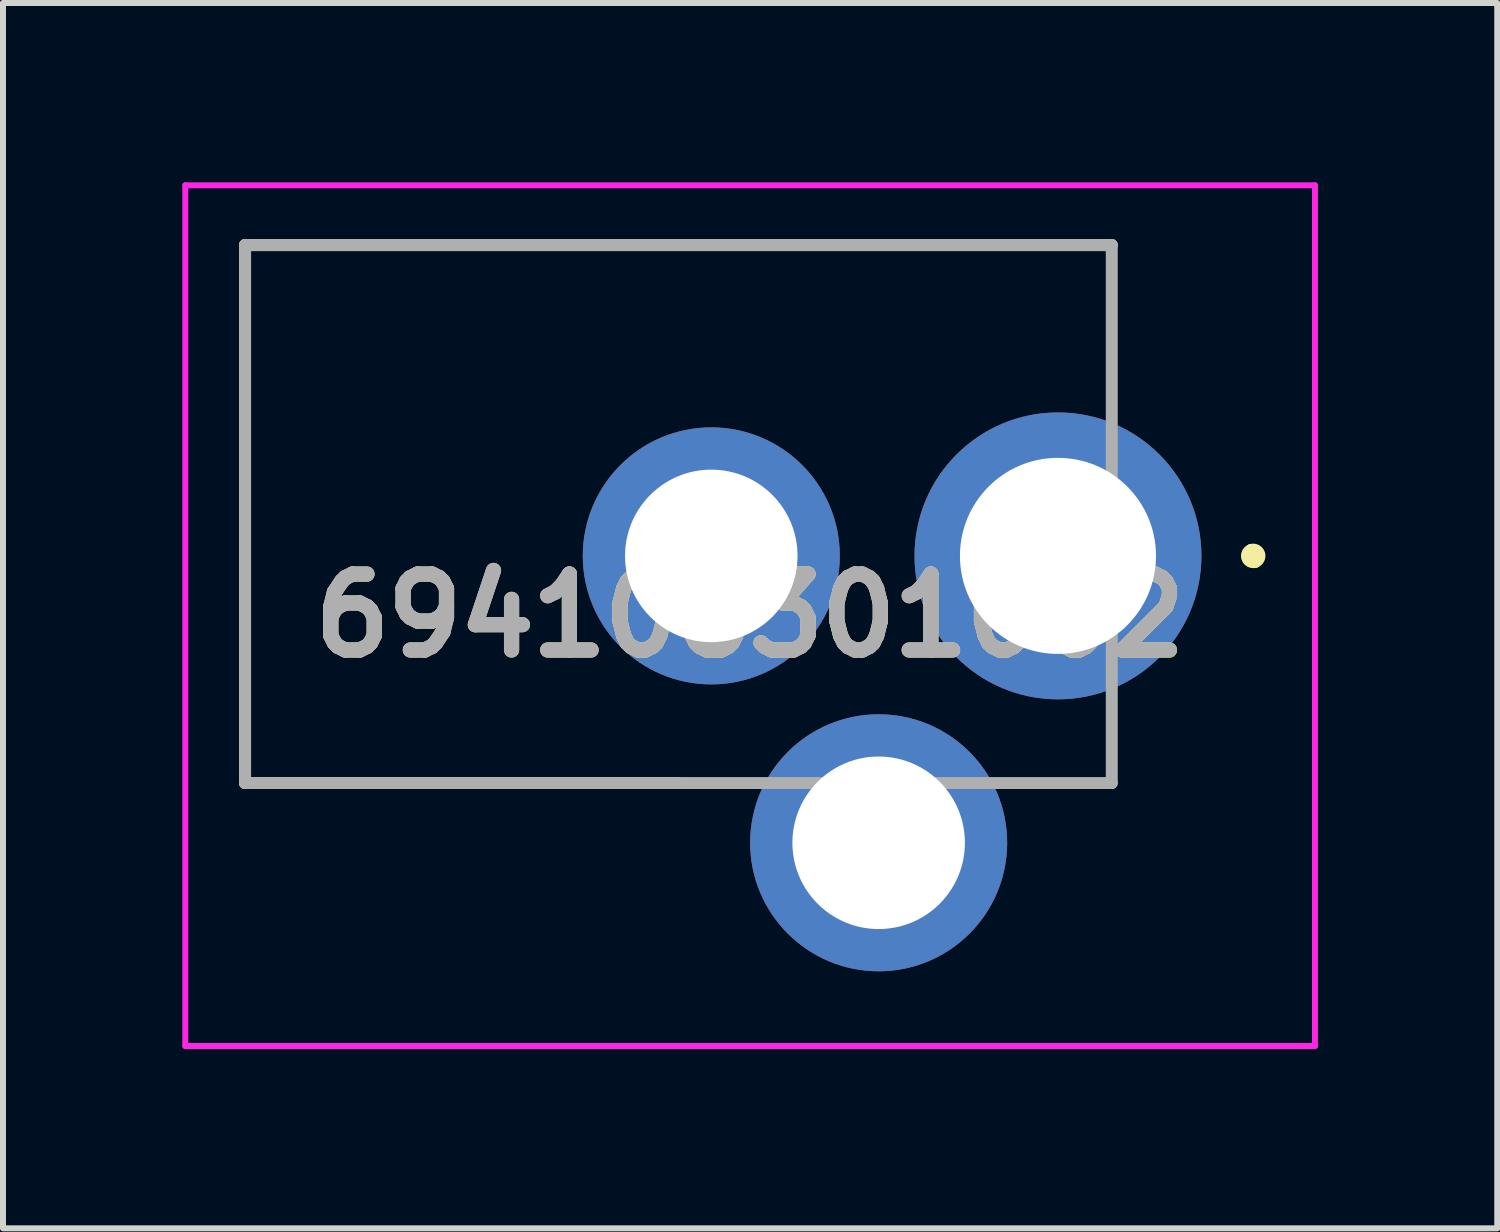
<source format=kicad_pcb>
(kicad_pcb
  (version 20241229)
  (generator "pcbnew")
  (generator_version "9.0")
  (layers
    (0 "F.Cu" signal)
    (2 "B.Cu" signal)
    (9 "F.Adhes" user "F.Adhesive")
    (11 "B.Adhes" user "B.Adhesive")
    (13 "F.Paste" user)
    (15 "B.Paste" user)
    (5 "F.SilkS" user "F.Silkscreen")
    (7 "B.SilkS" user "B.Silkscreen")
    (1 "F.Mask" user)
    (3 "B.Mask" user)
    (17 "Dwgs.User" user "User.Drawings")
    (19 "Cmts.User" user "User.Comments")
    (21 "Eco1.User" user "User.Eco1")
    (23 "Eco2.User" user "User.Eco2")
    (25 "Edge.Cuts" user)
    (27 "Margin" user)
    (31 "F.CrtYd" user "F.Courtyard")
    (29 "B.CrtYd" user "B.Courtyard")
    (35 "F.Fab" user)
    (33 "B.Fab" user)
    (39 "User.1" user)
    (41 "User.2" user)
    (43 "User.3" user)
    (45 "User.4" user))
  (footprint "694106301002"
    (layer "F.Cu")
    (at 14.65 6.25)
    (property "Reference" "694106301002" (at -5.15 1 0) (layer "F.SilkS") (effects (font (size 1.27 1.27) (thickness 0.254))))
    (attr through_hole)
    (fp_line (start -13.6 -5.2) (end 0.9 -5.2) (stroke (width 0.2) (type solid)) (layer "F.SilkS"))
    (fp_line (start -13.6 3.8) (end -13.6 -5.2) (stroke (width 0.2) (type solid)) (layer "F.SilkS"))
    (fp_line (start -6.35 3.8) (end -13.6 3.8) (stroke (width 0.2) (type solid)) (layer "F.SilkS"))
    (fp_line (start 3.235 -0.1) (end 3.235 -0.1) (stroke (width 0.2) (type solid)) (layer "F.SilkS"))
    (fp_line (start 3.299 0.1) (end 3.299 0.1) (stroke (width 0.2) (type solid)) (layer "F.SilkS"))
    (fp_arc (start 3.235 -0.1) (mid 3.367 -0.032) (end 3.299 0.1) (stroke (width 0.2) (type solid)) (layer "F.SilkS"))
    (fp_arc (start 3.299 0.1) (mid 3.167 0.032) (end 3.235 -0.1) (stroke (width 0.2) (type solid)) (layer "F.SilkS"))
    (fp_line (start -14.6 -6.2) (end 4.299 -6.2) (stroke (width 0.1) (type solid)) (layer "F.CrtYd"))
    (fp_line (start -14.6 8.2) (end -14.6 -6.2) (stroke (width 0.1) (type solid)) (layer "F.CrtYd"))
    (fp_line (start 4.299 -6.2) (end 4.299 8.2) (stroke (width 0.1) (type solid)) (layer "F.CrtYd"))
    (fp_line (start 4.299 8.2) (end -14.6 8.2) (stroke (width 0.1) (type solid)) (layer "F.CrtYd"))
    (fp_line (start -13.6 -5.2) (end 0.9 -5.2) (stroke (width 0.2) (type solid)) (layer "F.Fab"))
    (fp_line (start -13.6 3.8) (end -13.6 -5.2) (stroke (width 0.2) (type solid)) (layer "F.Fab"))
    (fp_line (start 0.9 -5.2) (end 0.9 3.8) (stroke (width 0.2) (type solid)) (layer "F.Fab"))
    (fp_line (start 0.9 3.8) (end -13.6 3.8) (stroke (width 0.2) (type solid)) (layer "F.Fab"))
    (fp_text user "${REFERENCE}" (at -5.15 1 0) (layer "F.Fab") (effects (font (size 1.27 1.27) (thickness 0.254))))
    (pad "1" thru_hole circle (at 0 0) (size 4.8 4.8) (drill 3.28) (layers "*.Cu" "*.Mask"))
    (pad "2" thru_hole circle (at -5.8 0) (size 4.3 4.3) (drill 2.886) (layers "*.Cu" "*.Mask"))
    (pad "3" thru_hole circle (at -3 4.8) (size 4.3 4.3) (drill 2.886) (layers "*.Cu" "*.Mask")))
  (gr_rect
    (start -3 -3)
    (end 21.999 17.5)
    (stroke (width 0.1) (type default))
    (fill no)
    (layer "Edge.Cuts")))
</source>
